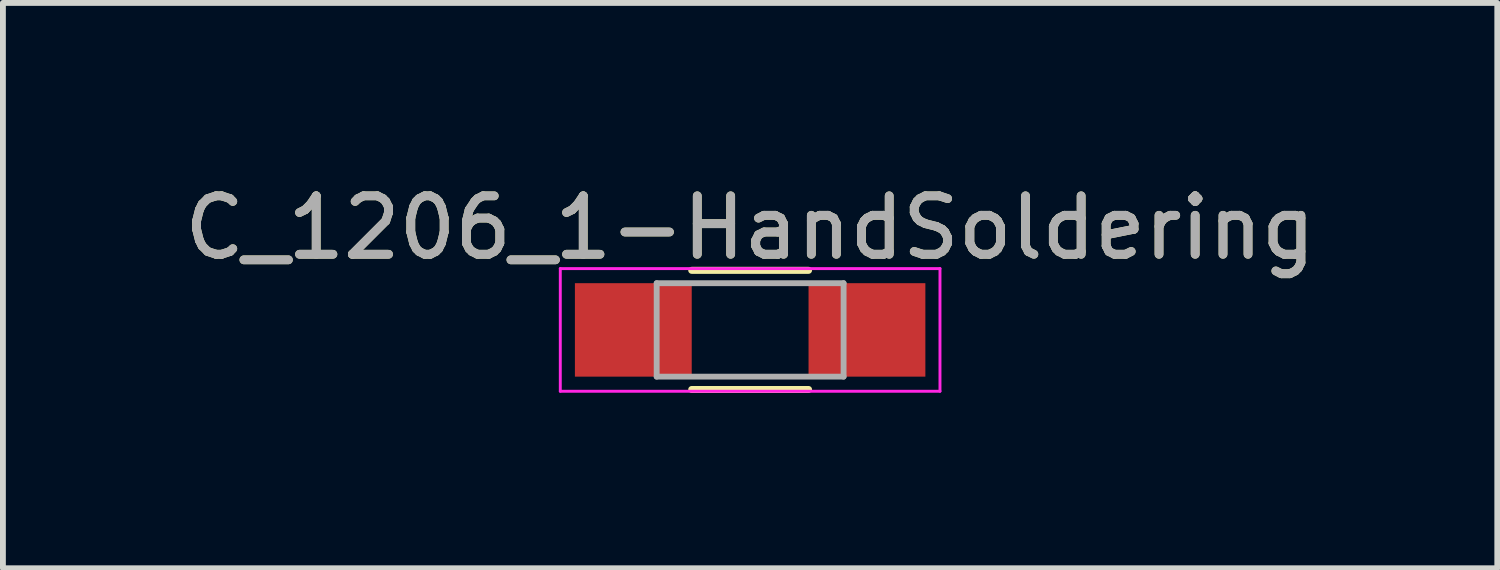
<source format=kicad_pcb>
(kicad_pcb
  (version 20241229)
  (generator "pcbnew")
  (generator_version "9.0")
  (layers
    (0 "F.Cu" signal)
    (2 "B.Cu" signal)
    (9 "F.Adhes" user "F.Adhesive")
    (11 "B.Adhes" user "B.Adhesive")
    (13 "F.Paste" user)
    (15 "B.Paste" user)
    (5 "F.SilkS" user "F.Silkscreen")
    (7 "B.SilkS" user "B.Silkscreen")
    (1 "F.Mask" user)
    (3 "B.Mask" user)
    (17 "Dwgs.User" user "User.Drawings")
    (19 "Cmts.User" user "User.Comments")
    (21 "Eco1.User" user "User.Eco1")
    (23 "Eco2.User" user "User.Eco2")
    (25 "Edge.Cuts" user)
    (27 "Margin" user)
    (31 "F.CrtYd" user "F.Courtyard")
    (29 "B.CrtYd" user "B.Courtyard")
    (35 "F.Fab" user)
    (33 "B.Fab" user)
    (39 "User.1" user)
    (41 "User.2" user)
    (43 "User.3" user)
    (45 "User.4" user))
  (footprint "C_1206_1-HandSoldering"
    (layer "F.Cu")
    (at 9.792 2.598)
    (property "Reference" "C_1206_1-HandSoldering" (at 0 -1.75 0) (layer "F.SilkS") (effects (font (size 1 1) (thickness 0.15))))
    (attr smd)
    (fp_line (start -1 1.02) (end 1 1.02) (stroke (width 0.12) (type solid)) (layer "F.SilkS"))
    (fp_line (start 1 -1.02) (end -1 -1.02) (stroke (width 0.12) (type solid)) (layer "F.SilkS"))
    (fp_line (start -3.25 -1.05) (end -3.25 1.05) (stroke (width 0.05) (type solid)) (layer "F.CrtYd"))
    (fp_line (start -3.25 -1.05) (end 3.25 -1.05) (stroke (width 0.05) (type solid)) (layer "F.CrtYd"))
    (fp_line (start 3.25 1.05) (end -3.25 1.05) (stroke (width 0.05) (type solid)) (layer "F.CrtYd"))
    (fp_line (start 3.25 1.05) (end 3.25 -1.05) (stroke (width 0.05) (type solid)) (layer "F.CrtYd"))
    (fp_line (start -1.6 -0.8) (end 1.6 -0.8) (stroke (width 0.1) (type solid)) (layer "F.Fab"))
    (fp_line (start -1.6 0.8) (end -1.6 -0.8) (stroke (width 0.1) (type solid)) (layer "F.Fab"))
    (fp_line (start 1.6 -0.8) (end 1.6 0.8) (stroke (width 0.1) (type solid)) (layer "F.Fab"))
    (fp_line (start 1.6 0.8) (end -1.6 0.8) (stroke (width 0.1) (type solid)) (layer "F.Fab"))
    (fp_text user "${REFERENCE}" (at 0 -1.75 0) (layer "F.Fab") (effects (font (size 1 1) (thickness 0.15))))
    (pad "1" smd rect (at -2 0) (size 2 1.6) (layers "F.Cu" "F.Mask" "F.Paste"))
    (pad "2" smd rect (at 2 0) (size 2 1.6) (layers "F.Cu" "F.Mask" "F.Paste")))
  (gr_rect
    (start -3 -3)
    (end 22.583 6.678)
    (stroke (width 0.1) (type default))
    (fill no)
    (layer "Edge.Cuts")))
</source>
